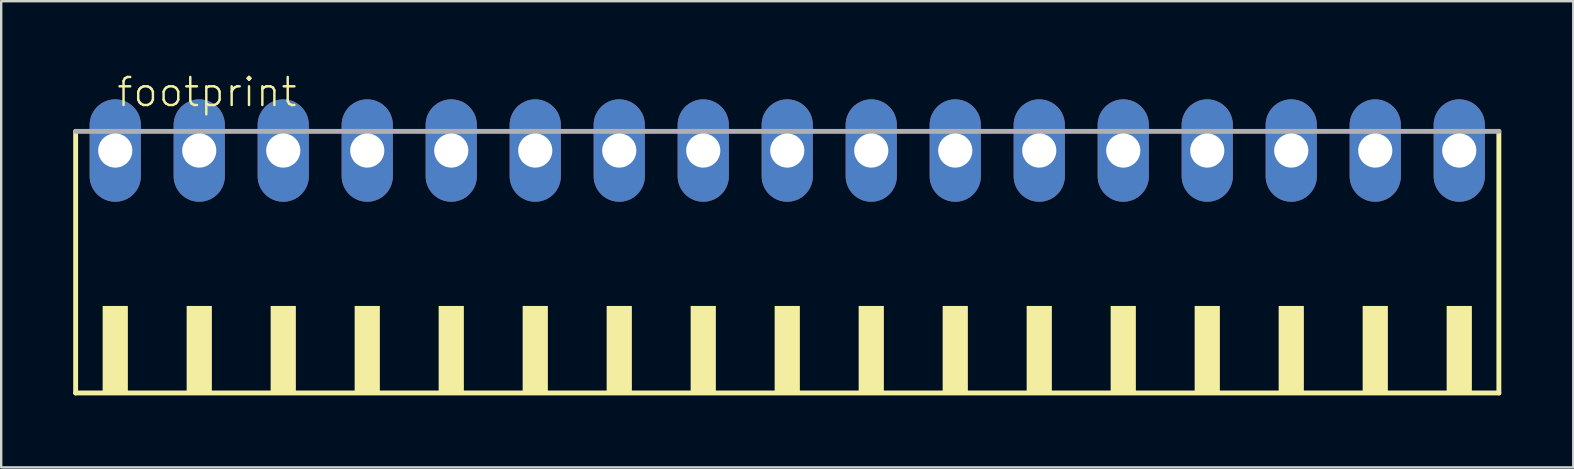
<source format=kicad_pcb>
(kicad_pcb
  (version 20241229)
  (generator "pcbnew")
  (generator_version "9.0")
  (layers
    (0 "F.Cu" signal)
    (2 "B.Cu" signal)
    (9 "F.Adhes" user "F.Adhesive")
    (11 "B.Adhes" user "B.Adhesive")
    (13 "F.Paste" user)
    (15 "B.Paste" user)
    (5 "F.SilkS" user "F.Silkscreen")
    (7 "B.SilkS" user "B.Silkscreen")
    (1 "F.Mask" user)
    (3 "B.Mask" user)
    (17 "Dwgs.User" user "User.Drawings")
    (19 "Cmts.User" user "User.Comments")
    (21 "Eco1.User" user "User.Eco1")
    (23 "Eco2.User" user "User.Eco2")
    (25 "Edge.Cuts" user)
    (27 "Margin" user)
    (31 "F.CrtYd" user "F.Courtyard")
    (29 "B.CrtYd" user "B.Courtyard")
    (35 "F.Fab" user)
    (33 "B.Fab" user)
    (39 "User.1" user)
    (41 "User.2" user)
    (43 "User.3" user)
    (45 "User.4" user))
  (footprint "footprint"
    (layer "F.Cu")
    (at 29.752 8.473)
    (property "Reference" "footprint" (at -28 -7 0) (layer "F.SilkS") (effects (font (size 1.168 1.168) (thickness 0.102)) (justify left bottom)))
    (fp_line (start -29.65 -6.05) (end -29.65 4.85) (stroke (width 0.203) (type solid)) (layer "F.SilkS"))
    (fp_line (start -29.65 4.85) (end 29.65 4.85) (stroke (width 0.203) (type solid)) (layer "F.SilkS"))
    (fp_line (start 29.65 4.85) (end 29.65 -6.05) (stroke (width 0.203) (type solid)) (layer "F.SilkS"))
    (fp_poly (pts (xy -28.525 4.9) (xy -27.475 4.9) (xy -27.475 1.225) (xy -28.525 1.225)) (stroke (width 0) (type solid)) (fill yes) (layer "F.SilkS"))
    (fp_poly (pts (xy -25.025 4.9) (xy -23.975 4.9) (xy -23.975 1.225) (xy -25.025 1.225)) (stroke (width 0) (type solid)) (fill yes) (layer "F.SilkS"))
    (fp_poly (pts (xy -21.525 4.9) (xy -20.475 4.9) (xy -20.475 1.225) (xy -21.525 1.225)) (stroke (width 0) (type solid)) (fill yes) (layer "F.SilkS"))
    (fp_poly (pts (xy -18.025 4.9) (xy -16.975 4.9) (xy -16.975 1.225) (xy -18.025 1.225)) (stroke (width 0) (type solid)) (fill yes) (layer "F.SilkS"))
    (fp_poly (pts (xy -14.525 4.9) (xy -13.475 4.9) (xy -13.475 1.225) (xy -14.525 1.225)) (stroke (width 0) (type solid)) (fill yes) (layer "F.SilkS"))
    (fp_poly (pts (xy -11.025 4.9) (xy -9.975 4.9) (xy -9.975 1.225) (xy -11.025 1.225)) (stroke (width 0) (type solid)) (fill yes) (layer "F.SilkS"))
    (fp_poly (pts (xy -7.525 4.9) (xy -6.475 4.9) (xy -6.475 1.225) (xy -7.525 1.225)) (stroke (width 0) (type solid)) (fill yes) (layer "F.SilkS"))
    (fp_poly (pts (xy -4.025 4.9) (xy -2.975 4.9) (xy -2.975 1.225) (xy -4.025 1.225)) (stroke (width 0) (type solid)) (fill yes) (layer "F.SilkS"))
    (fp_poly (pts (xy -0.525 4.9) (xy 0.525 4.9) (xy 0.525 1.225) (xy -0.525 1.225)) (stroke (width 0) (type solid)) (fill yes) (layer "F.SilkS"))
    (fp_poly (pts (xy 2.975 4.9) (xy 4.025 4.9) (xy 4.025 1.225) (xy 2.975 1.225)) (stroke (width 0) (type solid)) (fill yes) (layer "F.SilkS"))
    (fp_poly (pts (xy 6.475 4.9) (xy 7.525 4.9) (xy 7.525 1.225) (xy 6.475 1.225)) (stroke (width 0) (type solid)) (fill yes) (layer "F.SilkS"))
    (fp_poly (pts (xy 9.975 4.9) (xy 11.025 4.9) (xy 11.025 1.225) (xy 9.975 1.225)) (stroke (width 0) (type solid)) (fill yes) (layer "F.SilkS"))
    (fp_poly (pts (xy 13.475 4.9) (xy 14.525 4.9) (xy 14.525 1.225) (xy 13.475 1.225)) (stroke (width 0) (type solid)) (fill yes) (layer "F.SilkS"))
    (fp_poly (pts (xy 16.975 4.9) (xy 18.025 4.9) (xy 18.025 1.225) (xy 16.975 1.225)) (stroke (width 0) (type solid)) (fill yes) (layer "F.SilkS"))
    (fp_poly (pts (xy 20.475 4.9) (xy 21.525 4.9) (xy 21.525 1.225) (xy 20.475 1.225)) (stroke (width 0) (type solid)) (fill yes) (layer "F.SilkS"))
    (fp_poly (pts (xy 23.975 4.9) (xy 25.025 4.9) (xy 25.025 1.225) (xy 23.975 1.225)) (stroke (width 0) (type solid)) (fill yes) (layer "F.SilkS"))
    (fp_poly (pts (xy 27.475 4.9) (xy 28.525 4.9) (xy 28.525 1.225) (xy 27.475 1.225)) (stroke (width 0) (type solid)) (fill yes) (layer "F.SilkS"))
    (fp_line (start 29.65 -6.05) (end -29.65 -6.05) (stroke (width 0.203) (type solid)) (layer "F.Fab"))
    (pad "1" thru_hole oval (at -28 -5.25 90) (size 4.267 2.134) (drill 1.422) (layers "*.Cu" "*.Mask"))
    (pad "2" thru_hole oval (at -24.5 -5.25 90) (size 4.267 2.134) (drill 1.422) (layers "*.Cu" "*.Mask"))
    (pad "3" thru_hole oval (at -21 -5.25 90) (size 4.267 2.134) (drill 1.422) (layers "*.Cu" "*.Mask"))
    (pad "4" thru_hole oval (at -17.5 -5.25 90) (size 4.267 2.134) (drill 1.422) (layers "*.Cu" "*.Mask"))
    (pad "5" thru_hole oval (at -14 -5.25 90) (size 4.267 2.134) (drill 1.422) (layers "*.Cu" "*.Mask"))
    (pad "6" thru_hole oval (at -10.5 -5.25 90) (size 4.267 2.134) (drill 1.422) (layers "*.Cu" "*.Mask"))
    (pad "7" thru_hole oval (at -7 -5.25 90) (size 4.267 2.134) (drill 1.422) (layers "*.Cu" "*.Mask"))
    (pad "8" thru_hole oval (at -3.5 -5.25 90) (size 4.267 2.134) (drill 1.422) (layers "*.Cu" "*.Mask"))
    (pad "9" thru_hole oval (at 0 -5.25 90) (size 4.267 2.134) (drill 1.422) (layers "*.Cu" "*.Mask"))
    (pad "10" thru_hole oval (at 3.5 -5.25 90) (size 4.267 2.134) (drill 1.422) (layers "*.Cu" "*.Mask"))
    (pad "11" thru_hole oval (at 7 -5.25 90) (size 4.267 2.134) (drill 1.422) (layers "*.Cu" "*.Mask"))
    (pad "12" thru_hole oval (at 10.5 -5.25 90) (size 4.267 2.134) (drill 1.422) (layers "*.Cu" "*.Mask"))
    (pad "13" thru_hole oval (at 14 -5.25 90) (size 4.267 2.134) (drill 1.422) (layers "*.Cu" "*.Mask"))
    (pad "14" thru_hole oval (at 17.5 -5.25 90) (size 4.267 2.134) (drill 1.422) (layers "*.Cu" "*.Mask"))
    (pad "15" thru_hole oval (at 21 -5.25 90) (size 4.267 2.134) (drill 1.422) (layers "*.Cu" "*.Mask"))
    (pad "16" thru_hole oval (at 24.5 -5.25 90) (size 4.267 2.134) (drill 1.422) (layers "*.Cu" "*.Mask"))
    (pad "17" thru_hole oval (at 28 -5.25 90) (size 4.267 2.134) (drill 1.422) (layers "*.Cu" "*.Mask")))
  (gr_rect
    (start -3 -3)
    (end 62.503 16.425)
    (stroke (width 0.1) (type default))
    (fill no)
    (layer "Edge.Cuts")))
</source>
